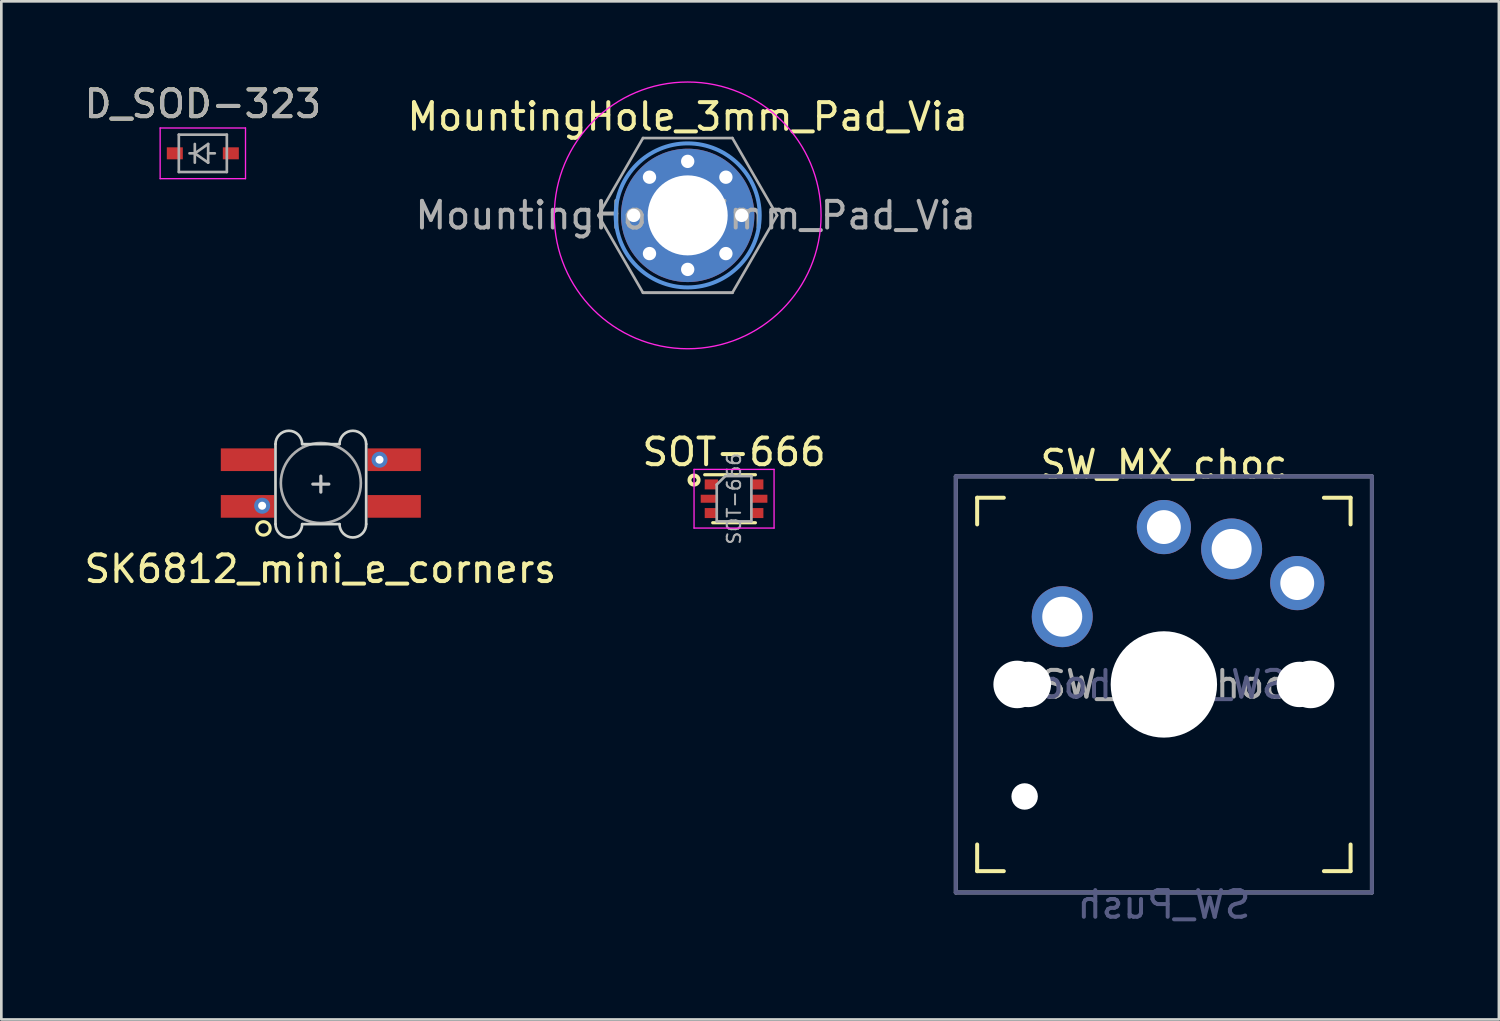
<source format=kicad_pcb>
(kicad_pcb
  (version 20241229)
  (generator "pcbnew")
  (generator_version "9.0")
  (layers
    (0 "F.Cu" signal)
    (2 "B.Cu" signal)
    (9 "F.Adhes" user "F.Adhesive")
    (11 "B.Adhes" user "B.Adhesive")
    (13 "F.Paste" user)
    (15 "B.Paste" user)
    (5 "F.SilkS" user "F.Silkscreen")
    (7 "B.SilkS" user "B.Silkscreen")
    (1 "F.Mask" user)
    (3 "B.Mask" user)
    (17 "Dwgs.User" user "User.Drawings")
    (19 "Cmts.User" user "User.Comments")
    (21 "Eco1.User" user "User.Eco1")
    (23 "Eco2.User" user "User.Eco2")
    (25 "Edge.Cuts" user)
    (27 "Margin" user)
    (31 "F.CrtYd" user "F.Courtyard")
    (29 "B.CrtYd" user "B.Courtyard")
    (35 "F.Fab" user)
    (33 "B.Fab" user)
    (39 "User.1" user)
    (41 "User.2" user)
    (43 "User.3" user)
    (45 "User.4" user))
  (footprint "SW_MX_choc"
    (layer "F.Cu")
    (at 40.584 22.61)
    (property "Reference" "SW_MX_choc" (at 0 -8.255 0) (layer "F.SilkS") (effects (font (size 1 1) (thickness 0.15))))
    (property "Value" "SW_Push" (at 0 8.255 0) (layer "F.Fab") (hide yes) (effects (font (size 1 1) (thickness 0.15))))
    (attr through_hole)
    (fp_line (start -7 -7) (end -6 -7) (stroke (width 0.15) (type solid)) (layer "F.SilkS"))
    (fp_line (start -7 -6) (end -7 -7) (stroke (width 0.15) (type solid)) (layer "F.SilkS"))
    (fp_line (start -7 7) (end -7 6) (stroke (width 0.15) (type solid)) (layer "F.SilkS"))
    (fp_line (start -6 7) (end -7 7) (stroke (width 0.15) (type solid)) (layer "F.SilkS"))
    (fp_line (start 6 -7) (end 7 -7) (stroke (width 0.15) (type solid)) (layer "F.SilkS"))
    (fp_line (start 7 -7) (end 7 -6) (stroke (width 0.15) (type solid)) (layer "F.SilkS"))
    (fp_line (start 7 6) (end 7 7) (stroke (width 0.15) (type solid)) (layer "F.SilkS"))
    (fp_line (start 7 7) (end 6 7) (stroke (width 0.15) (type solid)) (layer "F.SilkS"))
    (fp_line (start -6.9 6.9) (end -6.9 -6.9) (stroke (width 0.15) (type solid)) (layer "Eco2.User"))
    (fp_line (start -6.9 6.9) (end 6.9 6.9) (stroke (width 0.15) (type solid)) (layer "Eco2.User"))
    (fp_line (start 6.9 -6.9) (end -6.9 -6.9) (stroke (width 0.15) (type solid)) (layer "Eco2.User"))
    (fp_line (start 6.9 -6.9) (end 6.9 6.9) (stroke (width 0.15) (type solid)) (layer "Eco2.User"))
    (fp_line (start -7.8 -7.8) (end 7.8 -7.8) (stroke (width 0.15) (type solid)) (layer "B.Fab"))
    (fp_line (start -7.8 7.8) (end -7.8 -7.8) (stroke (width 0.15) (type solid)) (layer "B.Fab"))
    (fp_line (start 7.8 -7.8) (end 7.8 7.8) (stroke (width 0.15) (type solid)) (layer "B.Fab"))
    (fp_line (start 7.8 7.8) (end -7.8 7.8) (stroke (width 0.15) (type solid)) (layer "B.Fab"))
    (fp_line (start -7.8 -7.8) (end 7.8 -7.8) (stroke (width 0.15) (type solid)) (layer "F.Fab"))
    (fp_line (start -7.8 7.8) (end -7.8 -7.8) (stroke (width 0.15) (type solid)) (layer "F.Fab"))
    (fp_line (start 7.8 -7.8) (end 7.8 7.8) (stroke (width 0.15) (type solid)) (layer "F.Fab"))
    (fp_line (start 7.8 7.8) (end -7.8 7.8) (stroke (width 0.15) (type solid)) (layer "F.Fab"))
    (fp_rect (start -2 2.6) (end 2 6.12) (stroke (width 0.12) (type solid)) (fill no) (layer "User.1"))
    (fp_circle (center -5.5 0) (end -4.67 0.03) (stroke (width 0.12) (type solid)) (fill no) (layer "User.1"))
    (fp_circle (center -5.225 4.2) (end -4.79 4.18) (stroke (width 0.12) (type solid)) (fill no) (layer "User.1"))
    (fp_circle (center -5.08 0) (end -4.3 0.09) (stroke (width 0.12) (type solid)) (fill no) (layer "User.1"))
    (fp_circle (center -3.813 -2.525) (end -2.72 -2.49) (stroke (width 0.12) (type solid)) (fill no) (layer "User.1"))
    (fp_circle (center 0 -5.9) (end 0.96 -5.85) (stroke (width 0.12) (type solid)) (fill no) (layer "User.1"))
    (fp_circle (center 0 0) (end 1.93 0.02) (stroke (width 0.12) (type solid)) (fill no) (layer "User.1"))
    (fp_circle (center 2.538 -5.075) (end 3.62 -5.1) (stroke (width 0.12) (type solid)) (fill no) (layer "User.1"))
    (fp_circle (center 5.014 -3.8) (end 5.97 -3.69) (stroke (width 0.12) (type solid)) (fill no) (layer "User.1"))
    (fp_circle (center 5.08 0) (end 5.87 0.04) (stroke (width 0.12) (type solid)) (fill no) (layer "User.1"))
    (fp_circle (center 5.5 0) (end 6.34 0.02) (stroke (width 0.12) (type solid)) (fill no) (layer "User.1"))
    (fp_rect (start -9.5 -9.5) (end 9.5 9.5) (stroke (width 0.12) (type solid)) (fill no) (layer "User.2"))
    (fp_text user "${VALUE}" (at 0 8.255 0) (layer "B.Fab") (effects (font (size 1 1) (thickness 0.15)) (justify mirror)))
    (fp_text user "${REFERENCE}" (at 0 0 0) (layer "B.Fab") (effects (font (size 1 1) (thickness 0.15)) (justify mirror)))
    (fp_text user "${REFERENCE}" (at 0 0 0) (layer "F.Fab") (effects (font (size 1 1) (thickness 0.15))))
    (pad "" np_thru_hole circle (at -5.5 0) (size 1.782 1.782) (drill 1.782) (layers "*.Cu" "*.Mask"))
    (pad "" np_thru_hole circle (at -5.22 4.2) (size 0.991 0.991) (drill 0.991) (layers "*.Cu" "*.Mask"))
    (pad "" np_thru_hole circle (at -5.08 0) (size 1.702 1.702) (drill 1.702) (layers "*.Cu" "*.Mask"))
    (pad "" np_thru_hole circle (at 0 0) (size 3.988 3.988) (drill 3.988) (layers "*.Cu" "*.Mask"))
    (pad "" np_thru_hole circle (at 5.08 0) (size 1.702 1.702) (drill 1.702) (layers "*.Cu" "*.Mask"))
    (pad "" np_thru_hole circle (at 5.5 0) (size 1.782 1.782) (drill 1.782) (layers "*.Cu" "*.Mask"))
    (pad "1" thru_hole circle (at -3.81 -2.54) (size 2.286 2.286) (drill 1.499) (layers "*.Cu" "*.Mask"))
    (pad "1" thru_hole circle (at 0 -5.9) (size 2.032 2.032) (drill 1.27) (layers "*.Cu" "*.Mask"))
    (pad "2" thru_hole circle (at 2.54 -5.08) (size 2.286 2.286) (drill 1.499) (layers "*.Cu" "*.Mask"))
    (pad "2" thru_hole circle (at 5 -3.8) (size 2.032 2.032) (drill 1.27) (layers "*.Cu" "*.Mask")))
  (footprint "SK6812_mini_e_corners"
    (layer "F.Cu")
    (at 8.978 14.96)
    (property "Reference" "SK6812_mini_e_corners" (at -0.02 3.32 0) (layer "F.SilkS") (effects (font (size 1 1) (thickness 0.15))))
    (attr through_hole)
    (fp_poly (pts (xy -1.7 1.35) (xy -3.3 1.35) (xy -3.7 0.95) (xy -3.7 0.6) (xy -1.7 0.6)) (stroke (width 0.1) (type solid)) (fill yes) (layer "F.Mask"))
    (fp_circle (center -2.15 1.8) (end -2 1.6) (stroke (width 0.12) (type solid)) (fill no) (layer "F.SilkS"))
    (fp_poly (pts (xy -1.7 1.35) (xy -3.3 1.35) (xy -3.7 0.95) (xy -3.7 0.6) (xy -1.7 0.6)) (stroke (width 0.1) (type solid)) (fill yes) (layer "F.Paste"))
    (fp_line (start -0.3 0.14) (end 0.3 0.14) (stroke (width 0.12) (type solid)) (layer "Dwgs.User"))
    (fp_line (start 0 0.44) (end 0 -0.16) (stroke (width 0.12) (type solid)) (layer "Dwgs.User"))
    (fp_line (start -1.7 -1.36) (end -1.7 1.64) (stroke (width 0.1) (type solid)) (layer "Edge.Cuts"))
    (fp_line (start -0.7 -1.36) (end 0.7 -1.36) (stroke (width 0.1) (type solid)) (layer "Edge.Cuts"))
    (fp_line (start -0.7 1.64) (end 0.7 1.64) (stroke (width 0.1) (type solid)) (layer "Edge.Cuts"))
    (fp_line (start 1.7 1.64) (end 1.7 -1.36) (stroke (width 0.1) (type solid)) (layer "Edge.Cuts"))
    (fp_arc (start -1.7 -1.36) (mid -1.2 -1.86) (end -0.7 -1.36) (stroke (width 0.1) (type solid)) (layer "Edge.Cuts"))
    (fp_arc (start -0.7 1.64) (mid -1.2 2.14) (end -1.7 1.64) (stroke (width 0.1) (type solid)) (layer "Edge.Cuts"))
    (fp_arc (start 0.7 -1.36) (mid 1.2 -1.86) (end 1.7 -1.36) (stroke (width 0.1) (type solid)) (layer "Edge.Cuts"))
    (fp_arc (start 1.7 1.64) (mid 1.2 2.14) (end 0.7 1.64) (stroke (width 0.1) (type solid)) (layer "Edge.Cuts"))
    (fp_circle (center 0 0.1) (end 0 -1.4) (stroke (width 0.1) (type solid)) (fill no) (layer "F.Fab"))
    (pad "1" smd rect (at 2.75 0.975) (size 2 0.85) (layers "F.Cu" "F.Mask" "F.Paste"))
    (pad "2" smd rect (at -2.75 0.975) (size 2 0.85) (layers "F.Cu"))
    (pad "2" thru_hole circle (at -2.2 0.95) (size 0.6 0.6) (drill 0.3) (layers "*.Cu" "*.Mask"))
    (pad "3" smd rect (at -2.75 -0.775 180) (size 2 0.85) (layers "F.Cu" "F.Mask" "F.Paste"))
    (pad "4" thru_hole circle (at 2.2 -0.775) (size 0.6 0.6) (drill 0.3) (layers "*.Cu" "*.Mask"))
    (pad "4" smd rect (at 2.75 -0.775 180) (size 2 0.85) (layers "F.Cu" "F.Mask" "F.Paste")))
  (footprint "D_SOD-323"
    (layer "F.Cu")
    (at 4.554 2.698)
    (property "Reference" "D_SOD-323" (at 0 -1.85 0) (layer "F.SilkS") (effects (font (size 1 1) (thickness 0.15))))
    (attr smd)
    (fp_line (start -1.6 -0.95) (end -1.6 0.95) (stroke (width 0.05) (type solid)) (layer "F.CrtYd"))
    (fp_line (start -1.6 -0.95) (end 1.6 -0.95) (stroke (width 0.05) (type solid)) (layer "F.CrtYd"))
    (fp_line (start -1.6 0.95) (end 1.6 0.95) (stroke (width 0.05) (type solid)) (layer "F.CrtYd"))
    (fp_line (start 1.6 -0.95) (end 1.6 0.95) (stroke (width 0.05) (type solid)) (layer "F.CrtYd"))
    (fp_line (start -0.9 -0.7) (end 0.9 -0.7) (stroke (width 0.1) (type solid)) (layer "F.Fab"))
    (fp_line (start -0.9 0.7) (end -0.9 -0.7) (stroke (width 0.1) (type solid)) (layer "F.Fab"))
    (fp_line (start -0.3 -0.35) (end -0.3 0.35) (stroke (width 0.1) (type solid)) (layer "F.Fab"))
    (fp_line (start -0.3 0) (end -0.5 0) (stroke (width 0.1) (type solid)) (layer "F.Fab"))
    (fp_line (start -0.3 0) (end 0.2 -0.35) (stroke (width 0.1) (type solid)) (layer "F.Fab"))
    (fp_line (start 0.2 -0.35) (end 0.2 0.35) (stroke (width 0.1) (type solid)) (layer "F.Fab"))
    (fp_line (start 0.2 0) (end 0.45 0) (stroke (width 0.1) (type solid)) (layer "F.Fab"))
    (fp_line (start 0.2 0.35) (end -0.3 0) (stroke (width 0.1) (type solid)) (layer "F.Fab"))
    (fp_line (start 0.9 -0.7) (end 0.9 0.7) (stroke (width 0.1) (type solid)) (layer "F.Fab"))
    (fp_line (start 0.9 0.7) (end -0.9 0.7) (stroke (width 0.1) (type solid)) (layer "F.Fab"))
    (fp_text user "${REFERENCE}" (at 0 -1.85 0) (layer "F.Fab") (effects (font (size 1 1) (thickness 0.15))))
    (pad "1" smd rect (at -1.05 0) (size 0.6 0.45) (layers "F.Cu" "F.Mask" "F.Paste"))
    (pad "2" smd rect (at 1.05 0) (size 0.6 0.45) (layers "F.Cu" "F.Mask" "F.Paste")))
  (footprint "SOT-666"
    (layer "F.Cu")
    (at 24.47 15.648)
    (property "Reference" "SOT-666" (at 0 -1.75 0) (layer "F.SilkS") (effects (font (size 1 1) (thickness 0.15))))
    (attr smd)
    (fp_line (start -0.8 0.9) (end 0.8 0.9) (stroke (width 0.12) (type solid)) (layer "F.SilkS"))
    (fp_line (start 0.8 -0.9) (end -1.1 -0.9) (stroke (width 0.12) (type solid)) (layer "F.SilkS"))
    (fp_circle (center -1.5 -0.7) (end -1.37 -0.81) (stroke (width 0.15) (type solid)) (fill no) (layer "F.SilkS"))
    (fp_line (start -1.5 -1.1) (end -1.5 1.1) (stroke (width 0.05) (type solid)) (layer "F.CrtYd"))
    (fp_line (start -1.5 -1.1) (end 1.5 -1.1) (stroke (width 0.05) (type solid)) (layer "F.CrtYd"))
    (fp_line (start -1.5 1.1) (end 1.5 1.1) (stroke (width 0.05) (type solid)) (layer "F.CrtYd"))
    (fp_line (start 1.5 1.1) (end 1.5 -1.1) (stroke (width 0.05) (type solid)) (layer "F.CrtYd"))
    (fp_line (start -0.65 -0.53) (end -0.65 0.85) (stroke (width 0.1) (type solid)) (layer "F.Fab"))
    (fp_line (start -0.65 -0.53) (end -0.33 -0.85) (stroke (width 0.1) (type solid)) (layer "F.Fab"))
    (fp_line (start 0.65 -0.85) (end -0.33 -0.85) (stroke (width 0.1) (type solid)) (layer "F.Fab"))
    (fp_line (start 0.65 -0.85) (end 0.65 0.85) (stroke (width 0.1) (type solid)) (layer "F.Fab"))
    (fp_line (start 0.65 0.85) (end -0.65 0.85) (stroke (width 0.1) (type solid)) (layer "F.Fab"))
    (fp_text user "${REFERENCE}" (at 0 0 90) (layer "F.Fab") (effects (font (size 0.5 0.5) (thickness 0.075))))
    (pad "1" smd rect (at -0.85 -0.537) (size 0.5 0.375) (layers "F.Cu" "F.Mask" "F.Paste"))
    (pad "2" smd rect (at -0.925 0) (size 0.65 0.3) (layers "F.Cu" "F.Mask" "F.Paste"))
    (pad "3" smd rect (at -0.85 0.537) (size 0.5 0.375) (layers "F.Cu" "F.Mask" "F.Paste"))
    (pad "4" smd rect (at 0.85 0.537) (size 0.5 0.375) (layers "F.Cu" "F.Mask" "F.Paste"))
    (pad "5" smd rect (at 0.925 0) (size 0.65 0.3) (layers "F.Cu" "F.Mask" "F.Paste"))
    (pad "6" smd rect (at 0.85 -0.537) (size 0.5 0.375) (layers "F.Cu" "F.Mask" "F.Paste")))
  (footprint "MountingHole_3mm_Pad_Via"
    (layer "F.Cu")
    (at 22.732 5.025)
    (property "Reference" "MountingHole_3mm_Pad_Via" (at 0 -3.7 0) (layer "F.SilkS") (effects (font (size 1 1) (thickness 0.15))))
    (attr exclude_from_pos_files exclude_from_bom)
    (fp_circle (center 0 0) (end 2.7 0) (stroke (width 0.15) (type solid)) (fill no) (layer "Cmts.User"))
    (fp_circle (center 0 0) (end 5 0) (stroke (width 0.05) (type solid)) (fill no) (layer "F.CrtYd"))
    (fp_line (start -3.35 0) (end -1.675 -2.9) (stroke (width 0.1) (type default)) (layer "F.Fab"))
    (fp_line (start -1.675 -2.9) (end 1.675 -2.9) (stroke (width 0.1) (type default)) (layer "F.Fab"))
    (fp_line (start -1.675 2.9) (end -3.35 0) (stroke (width 0.1) (type default)) (layer "F.Fab"))
    (fp_line (start -1.675 2.9) (end 1.675 2.9) (stroke (width 0.1) (type default)) (layer "F.Fab"))
    (fp_line (start 1.675 -2.9) (end 3.35 0) (stroke (width 0.1) (type default)) (layer "F.Fab"))
    (fp_line (start 1.675 2.9) (end -1.675 2.9) (stroke (width 0.1) (type default)) (layer "F.Fab"))
    (fp_line (start 3.35 0) (end 1.675 2.9) (stroke (width 0.1) (type default)) (layer "F.Fab"))
    (fp_text user "${REFERENCE}" (at 0.3 0 0) (layer "F.Fab") (effects (font (size 1 1) (thickness 0.15))))
    (pad "1" thru_hole circle (at -2.025 0) (size 0.8 0.8) (drill 0.5) (layers "*.Cu" "*.Mask"))
    (pad "1" thru_hole circle (at -1.432 -1.432) (size 0.8 0.8) (drill 0.5) (layers "*.Cu" "*.Mask"))
    (pad "1" thru_hole circle (at -1.432 1.432) (size 0.8 0.8) (drill 0.5) (layers "*.Cu" "*.Mask"))
    (pad "1" thru_hole circle (at 0 -2.025) (size 0.8 0.8) (drill 0.5) (layers "*.Cu" "*.Mask"))
    (pad "1" thru_hole circle (at 0 0) (size 5 5) (drill 3) (layers "*.Cu" "*.Mask"))
    (pad "1" thru_hole circle (at 0 2.025) (size 0.8 0.8) (drill 0.5) (layers "*.Cu" "*.Mask"))
    (pad "1" thru_hole circle (at 1.432 -1.432) (size 0.8 0.8) (drill 0.5) (layers "*.Cu" "*.Mask"))
    (pad "1" thru_hole circle (at 1.432 1.432) (size 0.8 0.8) (drill 0.5) (layers "*.Cu" "*.Mask"))
    (pad "1" thru_hole circle (at 2.025 0) (size 0.8 0.8) (drill 0.5) (layers "*.Cu" "*.Mask")))
  (gr_rect
    (start -3 -3)
    (end 53.144 35.17)
    (stroke (width 0.1) (type default))
    (fill no)
    (layer "Edge.Cuts")))
</source>
